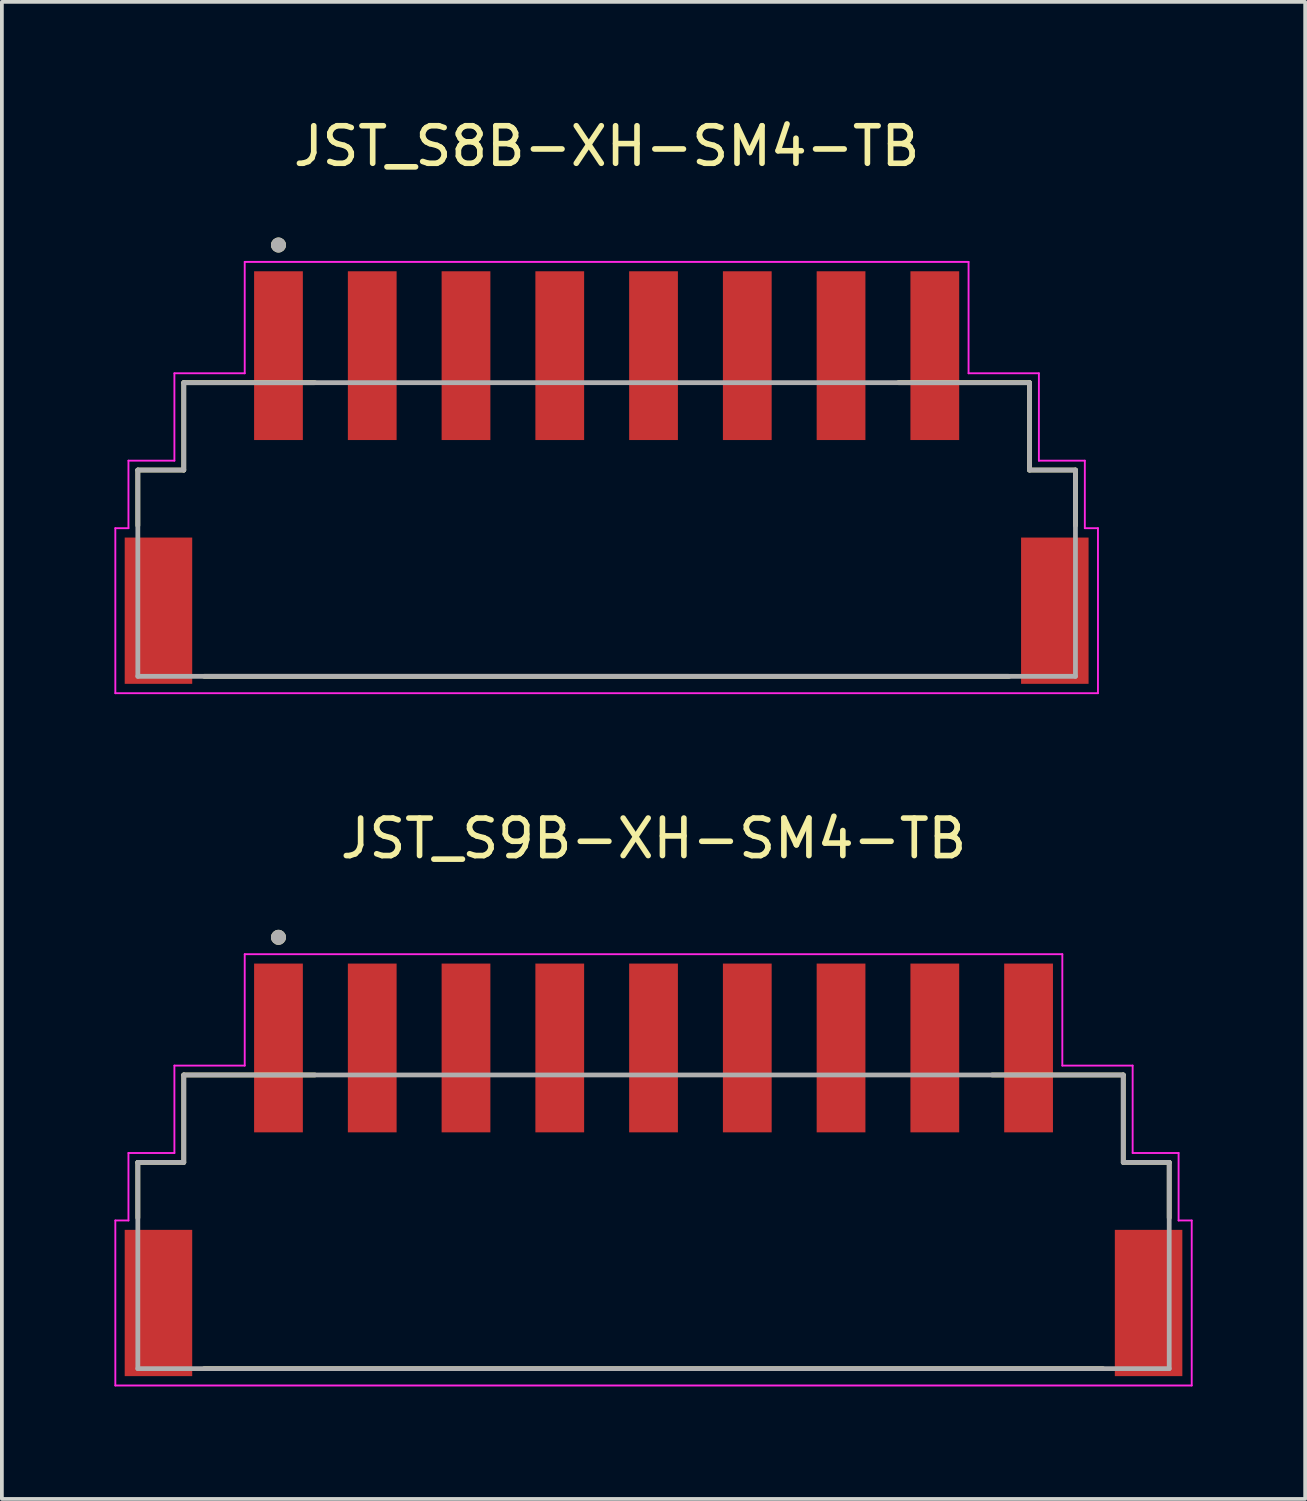
<source format=kicad_pcb>
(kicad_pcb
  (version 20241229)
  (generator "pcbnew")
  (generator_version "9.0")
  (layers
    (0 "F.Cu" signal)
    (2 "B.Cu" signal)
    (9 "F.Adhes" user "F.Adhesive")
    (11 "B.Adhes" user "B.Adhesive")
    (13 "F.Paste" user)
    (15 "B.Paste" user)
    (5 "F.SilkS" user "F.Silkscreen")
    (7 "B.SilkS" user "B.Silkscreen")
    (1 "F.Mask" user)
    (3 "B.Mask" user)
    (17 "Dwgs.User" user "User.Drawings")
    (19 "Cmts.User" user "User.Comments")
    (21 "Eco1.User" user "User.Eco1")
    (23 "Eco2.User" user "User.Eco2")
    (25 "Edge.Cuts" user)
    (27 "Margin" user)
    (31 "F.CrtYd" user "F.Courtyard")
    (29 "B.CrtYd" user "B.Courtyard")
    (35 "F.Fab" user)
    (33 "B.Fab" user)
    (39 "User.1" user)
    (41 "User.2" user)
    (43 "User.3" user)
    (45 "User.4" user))
  (footprint "JST_S8B-XH-SM4-TB"
    (layer "F.Cu")
    (at 13.125 13.233)
    (property "Reference" "JST_S8B-XH-SM4-TB" (at 0 -12.385 0) (layer "F.SilkS") (effects (font (size 1 1) (thickness 0.15))))
    (attr smd)
    (fp_line (start -12.5 -3.75) (end -11.275 -3.75) (stroke (width 0.127) (type solid)) (layer "F.SilkS"))
    (fp_line (start -12.5 -2.27) (end -12.5 -3.75) (stroke (width 0.127) (type solid)) (layer "F.SilkS"))
    (fp_line (start -11.275 -6.08) (end -7.78 -6.08) (stroke (width 0.127) (type solid)) (layer "F.SilkS"))
    (fp_line (start -11.275 -3.75) (end -11.275 -6.08) (stroke (width 0.127) (type solid)) (layer "F.SilkS"))
    (fp_line (start -10.73 1.75) (end 10.73 1.75) (stroke (width 0.127) (type solid)) (layer "F.SilkS"))
    (fp_line (start 7.78 -6.08) (end 11.275 -6.08) (stroke (width 0.127) (type solid)) (layer "F.SilkS"))
    (fp_line (start 11.275 -6.08) (end 11.275 -3.75) (stroke (width 0.127) (type solid)) (layer "F.SilkS"))
    (fp_line (start 11.275 -3.75) (end 12.5 -3.75) (stroke (width 0.127) (type solid)) (layer "F.SilkS"))
    (fp_line (start 12.5 -3.75) (end 12.5 -2.27) (stroke (width 0.127) (type solid)) (layer "F.SilkS"))
    (fp_circle (center -8.75 -9.75) (end -8.65 -9.75) (stroke (width 0.2) (type solid)) (fill no) (layer "F.SilkS"))
    (fp_line (start -13.1 -2.2) (end -13.1 2.2) (stroke (width 0.05) (type solid)) (layer "F.CrtYd"))
    (fp_line (start -13.1 2.2) (end 13.1 2.2) (stroke (width 0.05) (type solid)) (layer "F.CrtYd"))
    (fp_line (start -12.75 -4) (end -12.75 -2.2) (stroke (width 0.05) (type solid)) (layer "F.CrtYd"))
    (fp_line (start -12.75 -2.2) (end -13.1 -2.2) (stroke (width 0.05) (type solid)) (layer "F.CrtYd"))
    (fp_line (start -11.525 -6.33) (end -11.525 -4) (stroke (width 0.05) (type solid)) (layer "F.CrtYd"))
    (fp_line (start -11.525 -4) (end -12.75 -4) (stroke (width 0.05) (type solid)) (layer "F.CrtYd"))
    (fp_line (start -9.65 -9.3) (end -9.65 -6.33) (stroke (width 0.05) (type solid)) (layer "F.CrtYd"))
    (fp_line (start -9.65 -6.33) (end -11.525 -6.33) (stroke (width 0.05) (type solid)) (layer "F.CrtYd"))
    (fp_line (start 9.65 -9.3) (end -9.65 -9.3) (stroke (width 0.05) (type solid)) (layer "F.CrtYd"))
    (fp_line (start 9.65 -6.33) (end 9.65 -9.3) (stroke (width 0.05) (type solid)) (layer "F.CrtYd"))
    (fp_line (start 11.525 -6.33) (end 9.65 -6.33) (stroke (width 0.05) (type solid)) (layer "F.CrtYd"))
    (fp_line (start 11.525 -4) (end 11.525 -6.33) (stroke (width 0.05) (type solid)) (layer "F.CrtYd"))
    (fp_line (start 12.75 -4) (end 11.525 -4) (stroke (width 0.05) (type solid)) (layer "F.CrtYd"))
    (fp_line (start 12.75 -2.2) (end 12.75 -4) (stroke (width 0.05) (type solid)) (layer "F.CrtYd"))
    (fp_line (start 13.1 -2.2) (end 12.75 -2.2) (stroke (width 0.05) (type solid)) (layer "F.CrtYd"))
    (fp_line (start 13.1 2.2) (end 13.1 -2.2) (stroke (width 0.05) (type solid)) (layer "F.CrtYd"))
    (fp_line (start -12.5 -3.75) (end -11.275 -3.75) (stroke (width 0.127) (type solid)) (layer "F.Fab"))
    (fp_line (start -12.5 1.75) (end -12.5 -3.75) (stroke (width 0.127) (type solid)) (layer "F.Fab"))
    (fp_line (start -11.275 -6.08) (end 11.275 -6.08) (stroke (width 0.127) (type solid)) (layer "F.Fab"))
    (fp_line (start -11.275 -3.75) (end -11.275 -6.08) (stroke (width 0.127) (type solid)) (layer "F.Fab"))
    (fp_line (start 11.275 -6.08) (end 11.275 -3.75) (stroke (width 0.127) (type solid)) (layer "F.Fab"))
    (fp_line (start 11.275 -3.75) (end 12.5 -3.75) (stroke (width 0.127) (type solid)) (layer "F.Fab"))
    (fp_line (start 12.5 -3.75) (end 12.5 1.75) (stroke (width 0.127) (type solid)) (layer "F.Fab"))
    (fp_line (start 12.5 1.75) (end -12.5 1.75) (stroke (width 0.127) (type solid)) (layer "F.Fab"))
    (fp_circle (center -8.75 -9.75) (end -8.65 -9.75) (stroke (width 0.2) (type solid)) (fill no) (layer "F.Fab"))
    (pad "1" smd rect (at -8.75 -6.8) (size 1.3 4.5) (layers "F.Cu" "F.Mask" "F.Paste"))
    (pad "2" smd rect (at -6.25 -6.8) (size 1.3 4.5) (layers "F.Cu" "F.Mask" "F.Paste"))
    (pad "3" smd rect (at -3.75 -6.8) (size 1.3 4.5) (layers "F.Cu" "F.Mask" "F.Paste"))
    (pad "4" smd rect (at -1.25 -6.8) (size 1.3 4.5) (layers "F.Cu" "F.Mask" "F.Paste"))
    (pad "5" smd rect (at 1.25 -6.8) (size 1.3 4.5) (layers "F.Cu" "F.Mask" "F.Paste"))
    (pad "6" smd rect (at 3.75 -6.8) (size 1.3 4.5) (layers "F.Cu" "F.Mask" "F.Paste"))
    (pad "7" smd rect (at 6.25 -6.8) (size 1.3 4.5) (layers "F.Cu" "F.Mask" "F.Paste"))
    (pad "8" smd rect (at 8.75 -6.8) (size 1.3 4.5) (layers "F.Cu" "F.Mask" "F.Paste"))
    (pad "SH1" smd rect (at -11.95 0) (size 1.8 3.9) (layers "F.Cu" "F.Mask" "F.Paste"))
    (pad "SH2" smd rect (at 11.95 0) (size 1.8 3.9) (layers "F.Cu" "F.Mask" "F.Paste")))
  (footprint "JST_S9B-XH-SM4-TB"
    (layer "F.Cu")
    (at 14.375 31.692)
    (property "Reference" "JST_S9B-XH-SM4-TB" (at 0 -12.385 0) (layer "F.SilkS") (effects (font (size 1 1) (thickness 0.15))))
    (attr smd)
    (fp_line (start -13.75 -3.75) (end -12.525 -3.75) (stroke (width 0.127) (type solid)) (layer "F.SilkS"))
    (fp_line (start -13.75 -2.27) (end -13.75 -3.75) (stroke (width 0.127) (type solid)) (layer "F.SilkS"))
    (fp_line (start -12.525 -6.08) (end -9.03 -6.08) (stroke (width 0.127) (type solid)) (layer "F.SilkS"))
    (fp_line (start -12.525 -3.75) (end -12.525 -6.08) (stroke (width 0.127) (type solid)) (layer "F.SilkS"))
    (fp_line (start -11.98 1.75) (end 11.98 1.75) (stroke (width 0.127) (type solid)) (layer "F.SilkS"))
    (fp_line (start 9.03 -6.08) (end 12.525 -6.08) (stroke (width 0.127) (type solid)) (layer "F.SilkS"))
    (fp_line (start 12.525 -6.08) (end 12.525 -3.75) (stroke (width 0.127) (type solid)) (layer "F.SilkS"))
    (fp_line (start 12.525 -3.75) (end 13.75 -3.75) (stroke (width 0.127) (type solid)) (layer "F.SilkS"))
    (fp_line (start 13.75 -3.75) (end 13.75 -2.27) (stroke (width 0.127) (type solid)) (layer "F.SilkS"))
    (fp_circle (center -10 -9.75) (end -9.9 -9.75) (stroke (width 0.2) (type solid)) (fill no) (layer "F.SilkS"))
    (fp_line (start -14.35 -2.2) (end -14.35 2.2) (stroke (width 0.05) (type solid)) (layer "F.CrtYd"))
    (fp_line (start -14.35 2.2) (end 14.35 2.2) (stroke (width 0.05) (type solid)) (layer "F.CrtYd"))
    (fp_line (start -14 -4) (end -14 -2.2) (stroke (width 0.05) (type solid)) (layer "F.CrtYd"))
    (fp_line (start -14 -2.2) (end -14.35 -2.2) (stroke (width 0.05) (type solid)) (layer "F.CrtYd"))
    (fp_line (start -12.775 -6.33) (end -12.775 -4) (stroke (width 0.05) (type solid)) (layer "F.CrtYd"))
    (fp_line (start -12.775 -4) (end -14 -4) (stroke (width 0.05) (type solid)) (layer "F.CrtYd"))
    (fp_line (start -10.9 -9.3) (end -10.9 -6.33) (stroke (width 0.05) (type solid)) (layer "F.CrtYd"))
    (fp_line (start -10.9 -6.33) (end -12.775 -6.33) (stroke (width 0.05) (type solid)) (layer "F.CrtYd"))
    (fp_line (start 10.9 -9.3) (end -10.9 -9.3) (stroke (width 0.05) (type solid)) (layer "F.CrtYd"))
    (fp_line (start 10.9 -6.33) (end 10.9 -9.3) (stroke (width 0.05) (type solid)) (layer "F.CrtYd"))
    (fp_line (start 12.775 -6.33) (end 10.9 -6.33) (stroke (width 0.05) (type solid)) (layer "F.CrtYd"))
    (fp_line (start 12.775 -4) (end 12.775 -6.33) (stroke (width 0.05) (type solid)) (layer "F.CrtYd"))
    (fp_line (start 14 -4) (end 12.775 -4) (stroke (width 0.05) (type solid)) (layer "F.CrtYd"))
    (fp_line (start 14 -2.2) (end 14 -4) (stroke (width 0.05) (type solid)) (layer "F.CrtYd"))
    (fp_line (start 14.35 -2.2) (end 14 -2.2) (stroke (width 0.05) (type solid)) (layer "F.CrtYd"))
    (fp_line (start 14.35 2.2) (end 14.35 -2.2) (stroke (width 0.05) (type solid)) (layer "F.CrtYd"))
    (fp_line (start -13.75 -3.75) (end -12.525 -3.75) (stroke (width 0.127) (type solid)) (layer "F.Fab"))
    (fp_line (start -13.75 1.75) (end -13.75 -3.75) (stroke (width 0.127) (type solid)) (layer "F.Fab"))
    (fp_line (start -12.525 -6.08) (end 12.525 -6.08) (stroke (width 0.127) (type solid)) (layer "F.Fab"))
    (fp_line (start -12.525 -3.75) (end -12.525 -6.08) (stroke (width 0.127) (type solid)) (layer "F.Fab"))
    (fp_line (start 12.525 -6.08) (end 12.525 -3.75) (stroke (width 0.127) (type solid)) (layer "F.Fab"))
    (fp_line (start 12.525 -3.75) (end 13.75 -3.75) (stroke (width 0.127) (type solid)) (layer "F.Fab"))
    (fp_line (start 13.75 -3.75) (end 13.75 1.75) (stroke (width 0.127) (type solid)) (layer "F.Fab"))
    (fp_line (start 13.75 1.75) (end -13.75 1.75) (stroke (width 0.127) (type solid)) (layer "F.Fab"))
    (fp_circle (center -10 -9.75) (end -9.9 -9.75) (stroke (width 0.2) (type solid)) (fill no) (layer "F.Fab"))
    (pad "1" smd rect (at -10 -6.8) (size 1.3 4.5) (layers "F.Cu" "F.Mask" "F.Paste"))
    (pad "2" smd rect (at -7.5 -6.8) (size 1.3 4.5) (layers "F.Cu" "F.Mask" "F.Paste"))
    (pad "3" smd rect (at -5 -6.8) (size 1.3 4.5) (layers "F.Cu" "F.Mask" "F.Paste"))
    (pad "4" smd rect (at -2.5 -6.8) (size 1.3 4.5) (layers "F.Cu" "F.Mask" "F.Paste"))
    (pad "5" smd rect (at 0 -6.8) (size 1.3 4.5) (layers "F.Cu" "F.Mask" "F.Paste"))
    (pad "6" smd rect (at 2.5 -6.8) (size 1.3 4.5) (layers "F.Cu" "F.Mask" "F.Paste"))
    (pad "7" smd rect (at 5 -6.8) (size 1.3 4.5) (layers "F.Cu" "F.Mask" "F.Paste"))
    (pad "8" smd rect (at 7.5 -6.8) (size 1.3 4.5) (layers "F.Cu" "F.Mask" "F.Paste"))
    (pad "9" smd rect (at 10 -6.8) (size 1.3 4.5) (layers "F.Cu" "F.Mask" "F.Paste"))
    (pad "SH1" smd rect (at -13.2 0) (size 1.8 3.9) (layers "F.Cu" "F.Mask" "F.Paste"))
    (pad "SH2" smd rect (at 13.2 0) (size 1.8 3.9) (layers "F.Cu" "F.Mask" "F.Paste")))
  (gr_rect
    (start -3 -3)
    (end 31.75 36.916)
    (stroke (width 0.1) (type default))
    (fill no)
    (layer "Edge.Cuts")))
</source>
